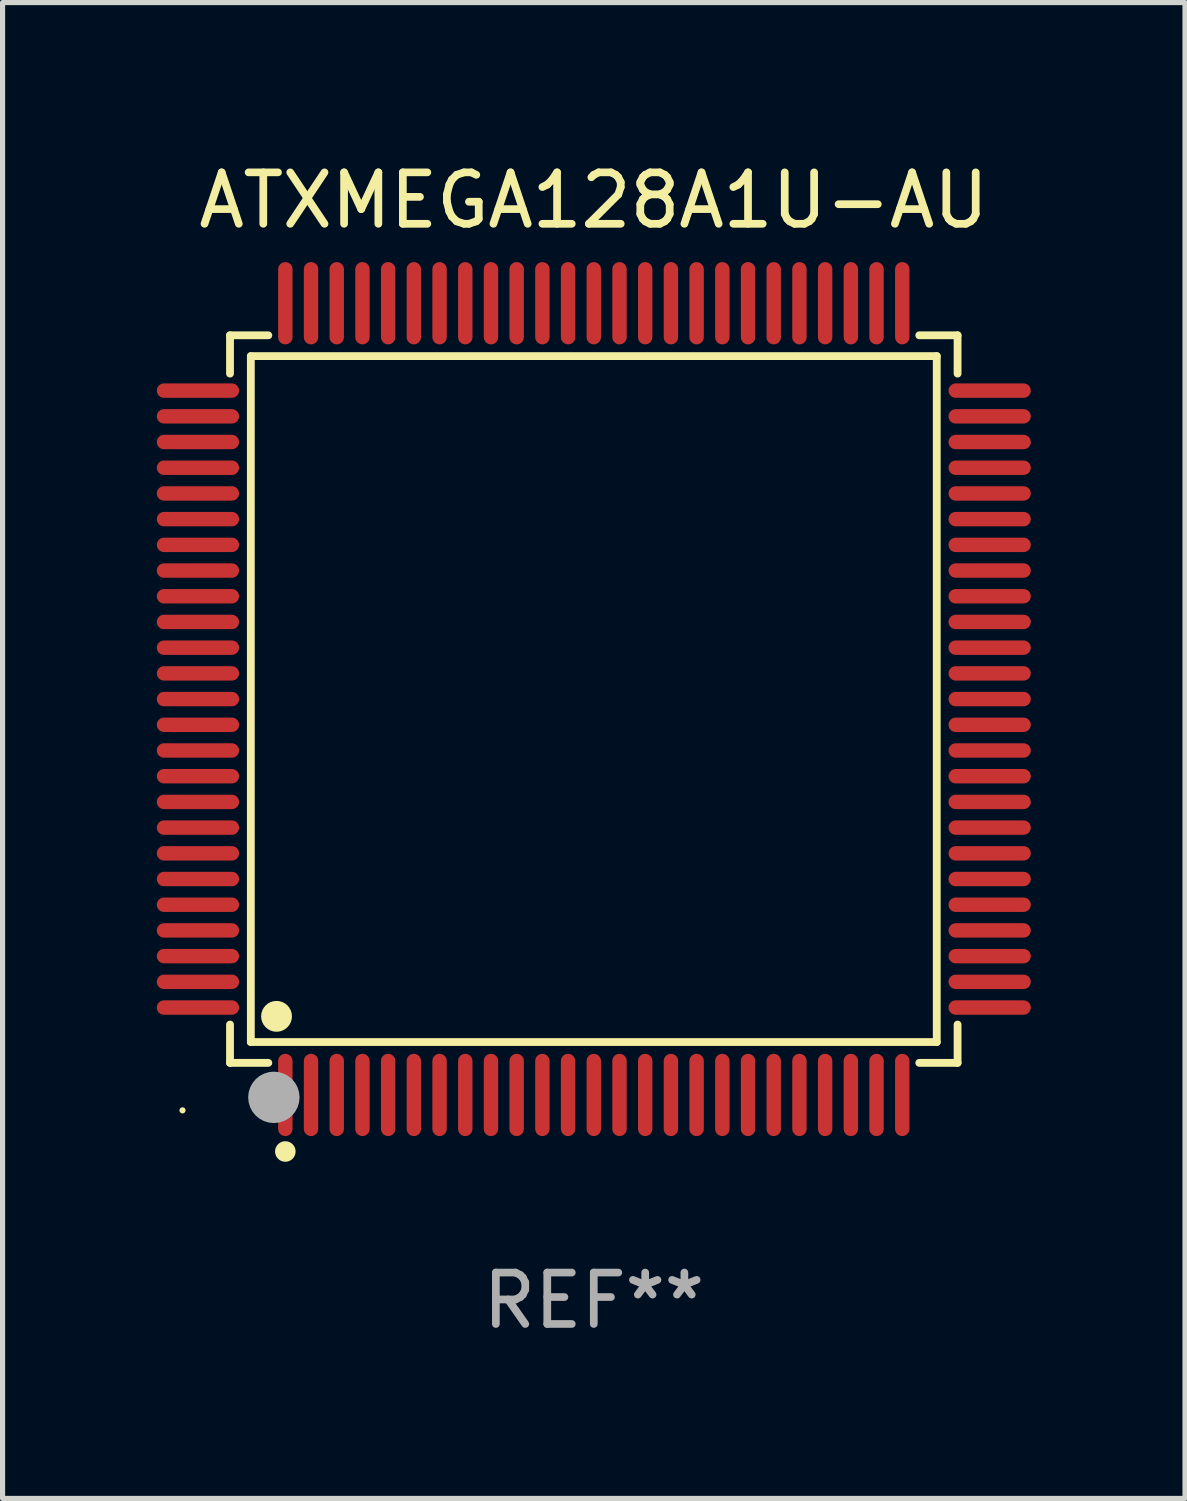
<source format=kicad_pcb>
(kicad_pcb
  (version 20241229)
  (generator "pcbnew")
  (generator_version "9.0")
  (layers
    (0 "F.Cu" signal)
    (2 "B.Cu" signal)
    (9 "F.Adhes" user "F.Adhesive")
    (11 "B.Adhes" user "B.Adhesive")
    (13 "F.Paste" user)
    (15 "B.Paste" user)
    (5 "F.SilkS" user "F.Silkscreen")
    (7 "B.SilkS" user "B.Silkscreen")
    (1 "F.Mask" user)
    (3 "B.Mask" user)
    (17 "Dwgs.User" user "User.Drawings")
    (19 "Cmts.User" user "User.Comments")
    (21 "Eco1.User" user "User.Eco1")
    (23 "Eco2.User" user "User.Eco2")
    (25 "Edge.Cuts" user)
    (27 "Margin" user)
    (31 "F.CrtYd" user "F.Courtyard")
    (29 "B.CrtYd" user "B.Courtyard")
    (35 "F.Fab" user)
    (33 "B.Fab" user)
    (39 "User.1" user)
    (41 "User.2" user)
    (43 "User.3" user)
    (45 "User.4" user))
  (footprint "ATXMEGA128A1U-AU"
    (layer "F.Cu")
    (at 8.5 10.548)
    (property "Reference" "ATXMEGA128A1U-AU" (at 0 -9.7 0) (layer "F.SilkS") (effects (font (size 1 1) (thickness 0.15))))
    (attr through_hole)
    (fp_line (start -7.076 -7.076) (end -6.331 -7.076) (stroke (width 0.152) (type solid)) (layer "F.SilkS"))
    (fp_line (start -7.076 -6.331) (end -7.076 -7.076) (stroke (width 0.152) (type solid)) (layer "F.SilkS"))
    (fp_line (start -7.076 6.331) (end -7.076 7.076) (stroke (width 0.152) (type solid)) (layer "F.SilkS"))
    (fp_line (start -7.076 7.076) (end -6.331 7.076) (stroke (width 0.152) (type solid)) (layer "F.SilkS"))
    (fp_line (start -6.671 -6.671) (end 6.671 -6.671) (stroke (width 0.152) (type solid)) (layer "F.SilkS"))
    (fp_line (start -6.671 6.671) (end -6.671 -6.671) (stroke (width 0.152) (type solid)) (layer "F.SilkS"))
    (fp_line (start 6.671 -6.671) (end 6.671 6.671) (stroke (width 0.152) (type solid)) (layer "F.SilkS"))
    (fp_line (start 6.671 6.671) (end -6.671 6.671) (stroke (width 0.152) (type solid)) (layer "F.SilkS"))
    (fp_line (start 7.076 -7.076) (end 6.331 -7.076) (stroke (width 0.152) (type solid)) (layer "F.SilkS"))
    (fp_line (start 7.076 -6.331) (end 7.076 -7.076) (stroke (width 0.152) (type solid)) (layer "F.SilkS"))
    (fp_line (start 7.076 6.331) (end 7.076 7.076) (stroke (width 0.152) (type solid)) (layer "F.SilkS"))
    (fp_line (start 7.076 7.076) (end 6.331 7.076) (stroke (width 0.152) (type solid)) (layer "F.SilkS"))
    (fp_circle (center -8 8) (end -7.97 8) (stroke (width 0.06) (type solid)) (fill no) (layer "F.SilkS"))
    (fp_circle (center -6.171 6.171) (end -6.021 6.171) (stroke (width 0.3) (type solid)) (fill no) (layer "F.SilkS"))
    (fp_circle (center -6 8.8) (end -5.9 8.8) (stroke (width 0.2) (type solid)) (fill no) (layer "F.SilkS"))
    (fp_circle (center -6.223 7.747) (end -5.973 7.747) (stroke (width 0.5) (type solid)) (fill no) (layer "F.Fab"))
    (fp_text user "REF**" (at 0 11.7 0) (layer "F.Fab") (effects (font (size 1 1) (thickness 0.15))))
    (pad "1" smd oval (at -6 7.7) (size 0.28 1.6) (layers "F.Cu" "F.Mask" "F.Paste"))
    (pad "2" smd oval (at -5.5 7.7) (size 0.28 1.6) (layers "F.Cu" "F.Mask" "F.Paste"))
    (pad "3" smd oval (at -5 7.7) (size 0.28 1.6) (layers "F.Cu" "F.Mask" "F.Paste"))
    (pad "4" smd oval (at -4.5 7.7) (size 0.28 1.6) (layers "F.Cu" "F.Mask" "F.Paste"))
    (pad "5" smd oval (at -4 7.7) (size 0.28 1.6) (layers "F.Cu" "F.Mask" "F.Paste"))
    (pad "6" smd oval (at -3.5 7.7) (size 0.28 1.6) (layers "F.Cu" "F.Mask" "F.Paste"))
    (pad "7" smd oval (at -3 7.7) (size 0.28 1.6) (layers "F.Cu" "F.Mask" "F.Paste"))
    (pad "8" smd oval (at -2.5 7.7) (size 0.28 1.6) (layers "F.Cu" "F.Mask" "F.Paste"))
    (pad "9" smd oval (at -2 7.7) (size 0.28 1.6) (layers "F.Cu" "F.Mask" "F.Paste"))
    (pad "10" smd oval (at -1.5 7.7) (size 0.28 1.6) (layers "F.Cu" "F.Mask" "F.Paste"))
    (pad "11" smd oval (at -1 7.7) (size 0.28 1.6) (layers "F.Cu" "F.Mask" "F.Paste"))
    (pad "12" smd oval (at -0.5 7.7) (size 0.28 1.6) (layers "F.Cu" "F.Mask" "F.Paste"))
    (pad "13" smd oval (at 0 7.7) (size 0.28 1.6) (layers "F.Cu" "F.Mask" "F.Paste"))
    (pad "14" smd oval (at 0.5 7.7) (size 0.28 1.6) (layers "F.Cu" "F.Mask" "F.Paste"))
    (pad "15" smd oval (at 1 7.7) (size 0.28 1.6) (layers "F.Cu" "F.Mask" "F.Paste"))
    (pad "16" smd oval (at 1.5 7.7) (size 0.28 1.6) (layers "F.Cu" "F.Mask" "F.Paste"))
    (pad "17" smd oval (at 2 7.7) (size 0.28 1.6) (layers "F.Cu" "F.Mask" "F.Paste"))
    (pad "18" smd oval (at 2.5 7.7) (size 0.28 1.6) (layers "F.Cu" "F.Mask" "F.Paste"))
    (pad "19" smd oval (at 3 7.7) (size 0.28 1.6) (layers "F.Cu" "F.Mask" "F.Paste"))
    (pad "20" smd oval (at 3.5 7.7) (size 0.28 1.6) (layers "F.Cu" "F.Mask" "F.Paste"))
    (pad "21" smd oval (at 4 7.7) (size 0.28 1.6) (layers "F.Cu" "F.Mask" "F.Paste"))
    (pad "22" smd oval (at 4.5 7.7) (size 0.28 1.6) (layers "F.Cu" "F.Mask" "F.Paste"))
    (pad "23" smd oval (at 5 7.7) (size 0.28 1.6) (layers "F.Cu" "F.Mask" "F.Paste"))
    (pad "24" smd oval (at 5.5 7.7) (size 0.28 1.6) (layers "F.Cu" "F.Mask" "F.Paste"))
    (pad "25" smd oval (at 6 7.7) (size 0.28 1.6) (layers "F.Cu" "F.Mask" "F.Paste"))
    (pad "26" smd oval (at 7.7 6) (size 1.6 0.28) (layers "F.Cu" "F.Mask" "F.Paste"))
    (pad "27" smd oval (at 7.7 5.5) (size 1.6 0.28) (layers "F.Cu" "F.Mask" "F.Paste"))
    (pad "28" smd oval (at 7.7 5) (size 1.6 0.28) (layers "F.Cu" "F.Mask" "F.Paste"))
    (pad "29" smd oval (at 7.7 4.5) (size 1.6 0.28) (layers "F.Cu" "F.Mask" "F.Paste"))
    (pad "30" smd oval (at 7.7 4) (size 1.6 0.28) (layers "F.Cu" "F.Mask" "F.Paste"))
    (pad "31" smd oval (at 7.7 3.5) (size 1.6 0.28) (layers "F.Cu" "F.Mask" "F.Paste"))
    (pad "32" smd oval (at 7.7 3) (size 1.6 0.28) (layers "F.Cu" "F.Mask" "F.Paste"))
    (pad "33" smd oval (at 7.7 2.5) (size 1.6 0.28) (layers "F.Cu" "F.Mask" "F.Paste"))
    (pad "34" smd oval (at 7.7 2) (size 1.6 0.28) (layers "F.Cu" "F.Mask" "F.Paste"))
    (pad "35" smd oval (at 7.7 1.5) (size 1.6 0.28) (layers "F.Cu" "F.Mask" "F.Paste"))
    (pad "36" smd oval (at 7.7 1) (size 1.6 0.28) (layers "F.Cu" "F.Mask" "F.Paste"))
    (pad "37" smd oval (at 7.7 0.5) (size 1.6 0.28) (layers "F.Cu" "F.Mask" "F.Paste"))
    (pad "38" smd oval (at 7.7 0) (size 1.6 0.28) (layers "F.Cu" "F.Mask" "F.Paste"))
    (pad "39" smd oval (at 7.7 -0.5) (size 1.6 0.28) (layers "F.Cu" "F.Mask" "F.Paste"))
    (pad "40" smd oval (at 7.7 -1) (size 1.6 0.28) (layers "F.Cu" "F.Mask" "F.Paste"))
    (pad "41" smd oval (at 7.7 -1.5) (size 1.6 0.28) (layers "F.Cu" "F.Mask" "F.Paste"))
    (pad "42" smd oval (at 7.7 -2) (size 1.6 0.28) (layers "F.Cu" "F.Mask" "F.Paste"))
    (pad "43" smd oval (at 7.7 -2.5) (size 1.6 0.28) (layers "F.Cu" "F.Mask" "F.Paste"))
    (pad "44" smd oval (at 7.7 -3) (size 1.6 0.28) (layers "F.Cu" "F.Mask" "F.Paste"))
    (pad "45" smd oval (at 7.7 -3.5) (size 1.6 0.28) (layers "F.Cu" "F.Mask" "F.Paste"))
    (pad "46" smd oval (at 7.7 -4) (size 1.6 0.28) (layers "F.Cu" "F.Mask" "F.Paste"))
    (pad "47" smd oval (at 7.7 -4.5) (size 1.6 0.28) (layers "F.Cu" "F.Mask" "F.Paste"))
    (pad "48" smd oval (at 7.7 -5) (size 1.6 0.28) (layers "F.Cu" "F.Mask" "F.Paste"))
    (pad "49" smd oval (at 7.7 -5.5) (size 1.6 0.28) (layers "F.Cu" "F.Mask" "F.Paste"))
    (pad "50" smd oval (at 7.7 -6) (size 1.6 0.28) (layers "F.Cu" "F.Mask" "F.Paste"))
    (pad "51" smd oval (at 6 -7.7) (size 0.28 1.6) (layers "F.Cu" "F.Mask" "F.Paste"))
    (pad "52" smd oval (at 5.5 -7.7) (size 0.28 1.6) (layers "F.Cu" "F.Mask" "F.Paste"))
    (pad "53" smd oval (at 5 -7.7) (size 0.28 1.6) (layers "F.Cu" "F.Mask" "F.Paste"))
    (pad "54" smd oval (at 4.5 -7.7) (size 0.28 1.6) (layers "F.Cu" "F.Mask" "F.Paste"))
    (pad "55" smd oval (at 4 -7.7) (size 0.28 1.6) (layers "F.Cu" "F.Mask" "F.Paste"))
    (pad "56" smd oval (at 3.5 -7.7) (size 0.28 1.6) (layers "F.Cu" "F.Mask" "F.Paste"))
    (pad "57" smd oval (at 3 -7.7) (size 0.28 1.6) (layers "F.Cu" "F.Mask" "F.Paste"))
    (pad "58" smd oval (at 2.5 -7.7) (size 0.28 1.6) (layers "F.Cu" "F.Mask" "F.Paste"))
    (pad "59" smd oval (at 2 -7.7) (size 0.28 1.6) (layers "F.Cu" "F.Mask" "F.Paste"))
    (pad "60" smd oval (at 1.5 -7.7) (size 0.28 1.6) (layers "F.Cu" "F.Mask" "F.Paste"))
    (pad "61" smd oval (at 1 -7.7) (size 0.28 1.6) (layers "F.Cu" "F.Mask" "F.Paste"))
    (pad "62" smd oval (at 0.5 -7.7) (size 0.28 1.6) (layers "F.Cu" "F.Mask" "F.Paste"))
    (pad "63" smd oval (at 0 -7.7) (size 0.28 1.6) (layers "F.Cu" "F.Mask" "F.Paste"))
    (pad "64" smd oval (at -0.5 -7.7) (size 0.28 1.6) (layers "F.Cu" "F.Mask" "F.Paste"))
    (pad "65" smd oval (at -1 -7.7) (size 0.28 1.6) (layers "F.Cu" "F.Mask" "F.Paste"))
    (pad "66" smd oval (at -1.5 -7.7) (size 0.28 1.6) (layers "F.Cu" "F.Mask" "F.Paste"))
    (pad "67" smd oval (at -2 -7.7) (size 0.28 1.6) (layers "F.Cu" "F.Mask" "F.Paste"))
    (pad "68" smd oval (at -2.5 -7.7) (size 0.28 1.6) (layers "F.Cu" "F.Mask" "F.Paste"))
    (pad "69" smd oval (at -3 -7.7) (size 0.28 1.6) (layers "F.Cu" "F.Mask" "F.Paste"))
    (pad "70" smd oval (at -3.5 -7.7) (size 0.28 1.6) (layers "F.Cu" "F.Mask" "F.Paste"))
    (pad "71" smd oval (at -4 -7.7) (size 0.28 1.6) (layers "F.Cu" "F.Mask" "F.Paste"))
    (pad "72" smd oval (at -4.5 -7.7) (size 0.28 1.6) (layers "F.Cu" "F.Mask" "F.Paste"))
    (pad "73" smd oval (at -5 -7.7) (size 0.28 1.6) (layers "F.Cu" "F.Mask" "F.Paste"))
    (pad "74" smd oval (at -5.5 -7.7) (size 0.28 1.6) (layers "F.Cu" "F.Mask" "F.Paste"))
    (pad "75" smd oval (at -6 -7.7) (size 0.28 1.6) (layers "F.Cu" "F.Mask" "F.Paste"))
    (pad "76" smd oval (at -7.7 -6) (size 1.6 0.28) (layers "F.Cu" "F.Mask" "F.Paste"))
    (pad "77" smd oval (at -7.7 -5.5) (size 1.6 0.28) (layers "F.Cu" "F.Mask" "F.Paste"))
    (pad "78" smd oval (at -7.7 -5) (size 1.6 0.28) (layers "F.Cu" "F.Mask" "F.Paste"))
    (pad "79" smd oval (at -7.7 -4.5) (size 1.6 0.28) (layers "F.Cu" "F.Mask" "F.Paste"))
    (pad "80" smd oval (at -7.7 -4) (size 1.6 0.28) (layers "F.Cu" "F.Mask" "F.Paste"))
    (pad "81" smd oval (at -7.7 -3.5) (size 1.6 0.28) (layers "F.Cu" "F.Mask" "F.Paste"))
    (pad "82" smd oval (at -7.7 -3) (size 1.6 0.28) (layers "F.Cu" "F.Mask" "F.Paste"))
    (pad "83" smd oval (at -7.7 -2.5) (size 1.6 0.28) (layers "F.Cu" "F.Mask" "F.Paste"))
    (pad "84" smd oval (at -7.7 -2) (size 1.6 0.28) (layers "F.Cu" "F.Mask" "F.Paste"))
    (pad "85" smd oval (at -7.7 -1.5) (size 1.6 0.28) (layers "F.Cu" "F.Mask" "F.Paste"))
    (pad "86" smd oval (at -7.7 -1) (size 1.6 0.28) (layers "F.Cu" "F.Mask" "F.Paste"))
    (pad "87" smd oval (at -7.7 -0.5) (size 1.6 0.28) (layers "F.Cu" "F.Mask" "F.Paste"))
    (pad "88" smd oval (at -7.7 0) (size 1.6 0.28) (layers "F.Cu" "F.Mask" "F.Paste"))
    (pad "89" smd oval (at -7.7 0.5) (size 1.6 0.28) (layers "F.Cu" "F.Mask" "F.Paste"))
    (pad "90" smd oval (at -7.7 1) (size 1.6 0.28) (layers "F.Cu" "F.Mask" "F.Paste"))
    (pad "91" smd oval (at -7.7 1.5) (size 1.6 0.28) (layers "F.Cu" "F.Mask" "F.Paste"))
    (pad "92" smd oval (at -7.7 2) (size 1.6 0.28) (layers "F.Cu" "F.Mask" "F.Paste"))
    (pad "93" smd oval (at -7.7 2.5) (size 1.6 0.28) (layers "F.Cu" "F.Mask" "F.Paste"))
    (pad "94" smd oval (at -7.7 3) (size 1.6 0.28) (layers "F.Cu" "F.Mask" "F.Paste"))
    (pad "95" smd oval (at -7.7 3.5) (size 1.6 0.28) (layers "F.Cu" "F.Mask" "F.Paste"))
    (pad "96" smd oval (at -7.7 4) (size 1.6 0.28) (layers "F.Cu" "F.Mask" "F.Paste"))
    (pad "97" smd oval (at -7.7 4.5) (size 1.6 0.28) (layers "F.Cu" "F.Mask" "F.Paste"))
    (pad "98" smd oval (at -7.7 5) (size 1.6 0.28) (layers "F.Cu" "F.Mask" "F.Paste"))
    (pad "99" smd oval (at -7.7 5.5) (size 1.6 0.28) (layers "F.Cu" "F.Mask" "F.Paste"))
    (pad "100" smd oval (at -7.7 6) (size 1.6 0.28) (layers "F.Cu" "F.Mask" "F.Paste")))
  (gr_rect
    (start -3 -3)
    (end 20 26.097)
    (stroke (width 0.1) (type default))
    (fill no)
    (layer "Edge.Cuts")))
</source>
